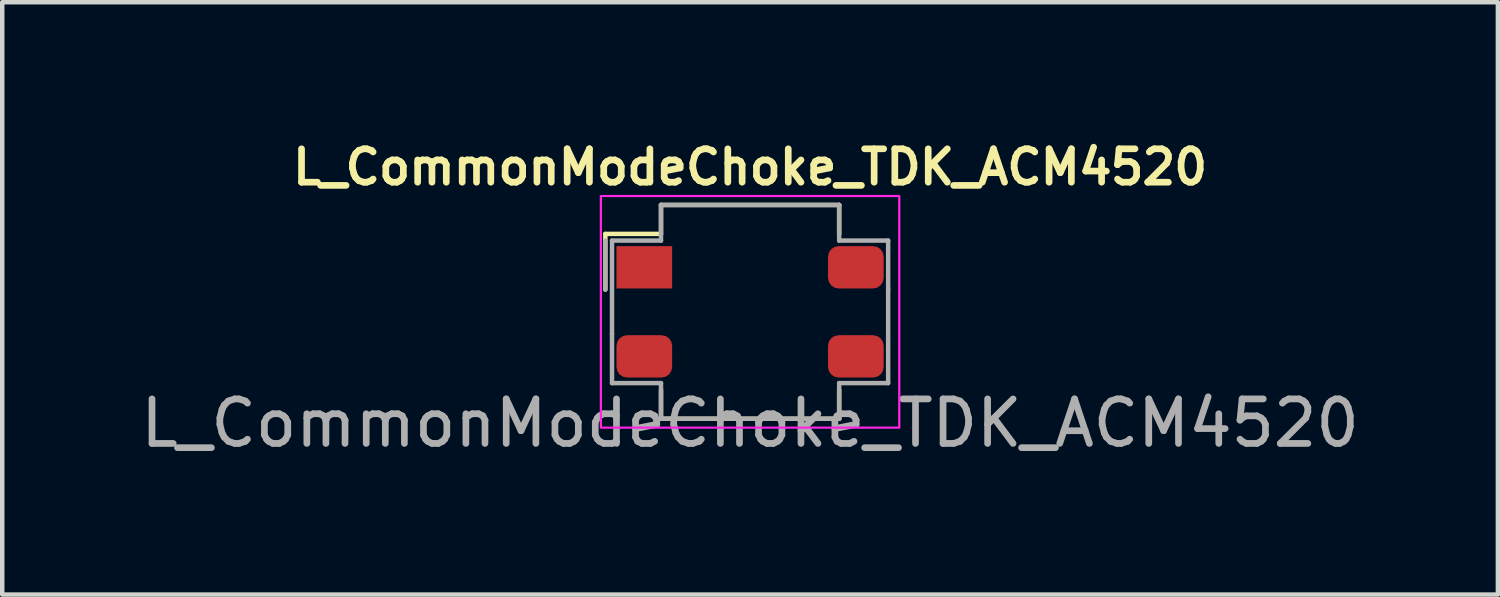
<source format=kicad_pcb>
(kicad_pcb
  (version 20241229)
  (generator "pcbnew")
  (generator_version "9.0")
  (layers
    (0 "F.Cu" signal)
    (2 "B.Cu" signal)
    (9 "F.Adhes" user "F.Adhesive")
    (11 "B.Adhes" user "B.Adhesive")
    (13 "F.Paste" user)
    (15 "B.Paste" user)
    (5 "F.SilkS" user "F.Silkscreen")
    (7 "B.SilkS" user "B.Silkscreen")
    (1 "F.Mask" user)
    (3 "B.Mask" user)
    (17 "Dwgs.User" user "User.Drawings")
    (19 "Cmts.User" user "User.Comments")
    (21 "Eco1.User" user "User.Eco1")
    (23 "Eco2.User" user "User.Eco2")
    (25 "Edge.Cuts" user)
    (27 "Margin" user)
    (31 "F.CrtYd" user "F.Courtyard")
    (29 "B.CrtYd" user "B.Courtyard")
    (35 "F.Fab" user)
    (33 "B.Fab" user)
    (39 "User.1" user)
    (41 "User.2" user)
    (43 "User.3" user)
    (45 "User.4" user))
  (footprint "L_CommonModeChoke_TDK_ACM4520"
    (layer "F.Cu")
    (at 13.792 3.952)
    (property "Reference" "L_CommonModeChoke_TDK_ACM4520" (at 0 -3.25 0) (unlocked yes) (layer "F.SilkS") (effects (font (size 0.75 0.75) (thickness 0.15))))
    (attr smd)
    (fp_line (start -3.25 -1.75) (end -3.25 -0.5) (stroke (width 0.1) (type default)) (layer "F.SilkS"))
    (fp_line (start -2 -2.4) (end -2 -1.75) (stroke (width 0.1) (type default)) (layer "F.SilkS"))
    (fp_line (start -2 -1.75) (end -3.25 -1.75) (stroke (width 0.1) (type default)) (layer "F.SilkS"))
    (fp_line (start -2 1.75) (end -2 2.4) (stroke (width 0.1) (type default)) (layer "F.SilkS"))
    (fp_line (start 2 -2.4) (end -2 -2.4) (stroke (width 0.1) (type default)) (layer "F.SilkS"))
    (fp_line (start 2 -2.4) (end 2 -1.75) (stroke (width 0.1) (type default)) (layer "F.SilkS"))
    (fp_line (start 2 1.75) (end 2 2.4) (stroke (width 0.1) (type default)) (layer "F.SilkS"))
    (fp_line (start 2 2.4) (end -2 2.4) (stroke (width 0.1) (type default)) (layer "F.SilkS"))
    (fp_rect (start -3.35 -2.6) (end 3.35 2.6) (stroke (width 0.05) (type default)) (fill no) (layer "F.CrtYd"))
    (fp_line (start -3.25 -1.6) (end -3.25 -0.5) (stroke (width 0.1) (type default)) (layer "F.Fab"))
    (fp_line (start -3.1 -1.6) (end -3.1 0.5) (stroke (width 0.1) (type default)) (layer "F.Fab"))
    (fp_line (start -3.1 0.5) (end -3.1 1.6) (stroke (width 0.1) (type default)) (layer "F.Fab"))
    (fp_line (start -2 -2.4) (end -2 -1.6) (stroke (width 0.1) (type default)) (layer "F.Fab"))
    (fp_line (start -2 -1.6) (end -3.1 -1.6) (stroke (width 0.1) (type default)) (layer "F.Fab"))
    (fp_line (start -2 1.6) (end -3.1 1.6) (stroke (width 0.1) (type default)) (layer "F.Fab"))
    (fp_line (start -2 1.6) (end -2 2.4) (stroke (width 0.1) (type default)) (layer "F.Fab"))
    (fp_line (start 2 -2.4) (end -2 -2.4) (stroke (width 0.1) (type default)) (layer "F.Fab"))
    (fp_line (start 2 -2.4) (end 2 -1.6) (stroke (width 0.1) (type default)) (layer "F.Fab"))
    (fp_line (start 2 1.6) (end 2 2.4) (stroke (width 0.1) (type default)) (layer "F.Fab"))
    (fp_line (start 2 2.4) (end -2 2.4) (stroke (width 0.1) (type default)) (layer "F.Fab"))
    (fp_line (start 3.1 -1.6) (end 2 -1.6) (stroke (width 0.1) (type default)) (layer "F.Fab"))
    (fp_line (start 3.1 -1.6) (end 3.1 -0.5) (stroke (width 0.1) (type default)) (layer "F.Fab"))
    (fp_line (start 3.1 -0.5) (end 3.1 1.6) (stroke (width 0.1) (type default)) (layer "F.Fab"))
    (fp_line (start 3.1 1.6) (end 2 1.6) (stroke (width 0.1) (type default)) (layer "F.Fab"))
    (fp_text user "${REFERENCE}" (at 0 2.5 0) (unlocked yes) (layer "F.Fab") (effects (font (size 1 1) (thickness 0.15))))
    (pad "1" smd rect (at -2.375 -1) (size 1.25 0.95) (layers "F.Cu" "F.Mask" "F.Paste"))
    (pad "2" smd roundrect (at -2.375 1) (size 1.25 0.95) (layers "F.Cu" "F.Mask" "F.Paste") (roundrect_rratio 0.25))
    (pad "3" smd roundrect (at 2.375 1) (size 1.25 0.95) (layers "F.Cu" "F.Mask" "F.Paste") (roundrect_rratio 0.25))
    (pad "4" smd roundrect (at 2.375 -1) (size 1.25 0.95) (layers "F.Cu" "F.Mask" "F.Paste") (roundrect_rratio 0.25)))
  (gr_rect
    (start -3 -3)
    (end 30.583 10.3)
    (stroke (width 0.1) (type default))
    (fill no)
    (layer "Edge.Cuts")))
</source>
